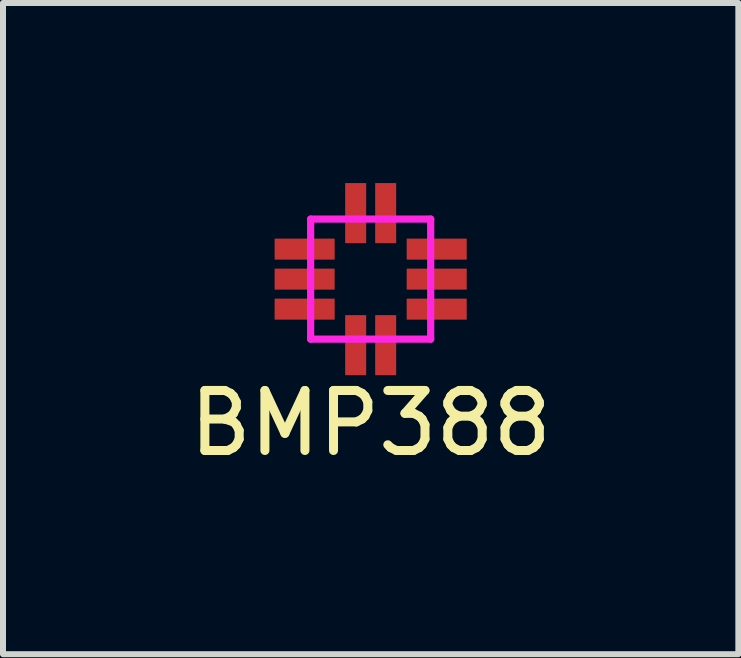
<source format=kicad_pcb>
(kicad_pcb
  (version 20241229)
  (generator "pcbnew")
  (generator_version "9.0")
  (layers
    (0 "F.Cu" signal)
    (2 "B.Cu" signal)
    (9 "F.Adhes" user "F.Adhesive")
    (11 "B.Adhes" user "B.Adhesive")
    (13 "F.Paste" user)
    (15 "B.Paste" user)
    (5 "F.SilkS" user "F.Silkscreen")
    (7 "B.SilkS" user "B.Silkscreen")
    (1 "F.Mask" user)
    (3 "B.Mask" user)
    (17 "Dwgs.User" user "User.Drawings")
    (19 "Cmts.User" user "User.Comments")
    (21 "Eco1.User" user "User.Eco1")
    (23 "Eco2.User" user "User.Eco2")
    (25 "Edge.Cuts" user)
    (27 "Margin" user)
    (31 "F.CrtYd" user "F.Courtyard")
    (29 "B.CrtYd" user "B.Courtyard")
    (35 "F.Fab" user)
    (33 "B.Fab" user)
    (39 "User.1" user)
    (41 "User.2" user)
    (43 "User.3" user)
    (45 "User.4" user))
  (footprint "BMP388"
    (layer "F.Cu")
    (at 3.125 1.6)
    (property "Reference" "BMP388" (at 0 2.4 0) (layer "F.SilkS") (effects (font (size 1 1) (thickness 0.15))))
    (attr through_hole)
    (fp_line (start -1 -1) (end 1 -1) (stroke (width 0.12) (type solid)) (layer "F.CrtYd"))
    (fp_line (start -1 1) (end -1 -1) (stroke (width 0.12) (type solid)) (layer "F.CrtYd"))
    (fp_line (start 1 -1) (end 1 1) (stroke (width 0.12) (type solid)) (layer "F.CrtYd"))
    (fp_line (start 1 1) (end -1 1) (stroke (width 0.12) (type solid)) (layer "F.CrtYd"))
    (pad "1" smd rect (at 0.25 -1.1) (size 0.35 1) (layers "F.Cu" "F.Mask" "F.Paste"))
    (pad "2" smd rect (at -0.25 -1.1) (size 0.35 1) (layers "F.Cu" "F.Mask" "F.Paste"))
    (pad "3" smd rect (at -1.1 -0.5 90) (size 0.35 1) (layers "F.Cu" "F.Mask" "F.Paste"))
    (pad "4" smd rect (at -1.1 0 90) (size 0.35 1) (layers "F.Cu" "F.Mask" "F.Paste"))
    (pad "5" smd rect (at -1.1 0.5 90) (size 0.35 1) (layers "F.Cu" "F.Mask" "F.Paste"))
    (pad "6" smd rect (at -0.25 1.1 180) (size 0.35 1) (layers "F.Cu" "F.Mask" "F.Paste"))
    (pad "7" smd rect (at 0.25 1.1 180) (size 0.35 1) (layers "F.Cu" "F.Mask" "F.Paste"))
    (pad "8" smd rect (at 1.1 0.5 90) (size 0.35 1) (layers "F.Cu" "F.Mask" "F.Paste"))
    (pad "9" smd rect (at 1.1 0 90) (size 0.35 1) (layers "F.Cu" "F.Mask" "F.Paste"))
    (pad "10" smd rect (at 1.1 -0.5 90) (size 0.35 1) (layers "F.Cu" "F.Mask" "F.Paste")))
  (gr_rect
    (start -3 -3)
    (end 9.25 7.848)
    (stroke (width 0.1) (type default))
    (fill no)
    (layer "Edge.Cuts")))
</source>
